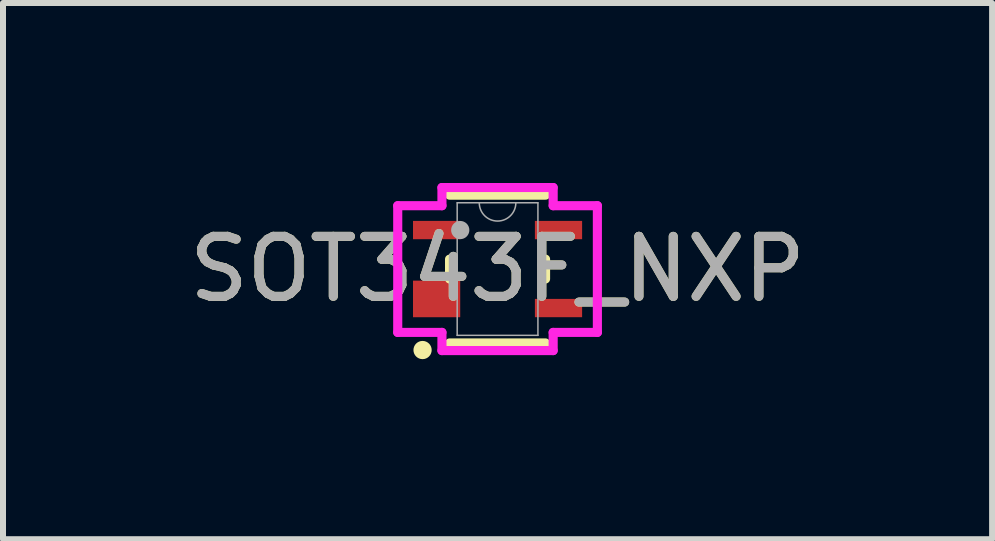
<source format=kicad_pcb>
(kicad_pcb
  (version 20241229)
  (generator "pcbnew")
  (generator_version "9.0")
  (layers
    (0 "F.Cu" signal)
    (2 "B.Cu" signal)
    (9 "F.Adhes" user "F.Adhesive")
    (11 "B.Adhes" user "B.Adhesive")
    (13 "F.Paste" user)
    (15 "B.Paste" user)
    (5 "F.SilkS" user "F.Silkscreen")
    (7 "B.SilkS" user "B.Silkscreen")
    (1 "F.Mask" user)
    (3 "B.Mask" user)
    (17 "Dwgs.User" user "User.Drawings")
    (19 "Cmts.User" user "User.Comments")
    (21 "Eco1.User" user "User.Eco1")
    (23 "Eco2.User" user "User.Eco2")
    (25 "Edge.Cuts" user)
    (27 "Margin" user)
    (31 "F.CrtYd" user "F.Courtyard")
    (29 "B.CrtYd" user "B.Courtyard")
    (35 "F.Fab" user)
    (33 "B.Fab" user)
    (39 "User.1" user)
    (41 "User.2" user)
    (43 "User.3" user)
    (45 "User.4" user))
  (footprint "SOT343F_NXP"
    (layer "F.Cu")
    (at 5.244 1.435)
    (property "Reference" "SOT343F_NXP" (at 0 0 0) (unlocked yes) (layer "F.SilkS") (effects (font (size 1 1) (thickness 0.15))))
    (attr smd)
    (fp_line (start -0.8 -0.165) (end -0.8 0.165) (stroke (width 0.152) (type solid)) (layer "F.SilkS"))
    (fp_line (start -0.8 1.232) (end 0.8 1.232) (stroke (width 0.152) (type solid)) (layer "F.SilkS"))
    (fp_line (start 0.8 -1.232) (end -0.8 -1.232) (stroke (width 0.152) (type solid)) (layer "F.SilkS"))
    (fp_line (start 0.8 0.165) (end 0.8 -0.165) (stroke (width 0.152) (type solid)) (layer "F.SilkS"))
    (fp_circle (center -1.25 1.35) (end -1.174 1.35) (stroke (width 0.152) (type solid)) (fill no) (layer "F.SilkS"))
    (fp_line (start -1.664 -1.056) (end -0.927 -1.056) (stroke (width 0.152) (type solid)) (layer "F.CrtYd"))
    (fp_line (start -1.664 1.056) (end -1.664 -1.056) (stroke (width 0.152) (type solid)) (layer "F.CrtYd"))
    (fp_line (start -1.664 1.056) (end -0.927 1.056) (stroke (width 0.152) (type solid)) (layer "F.CrtYd"))
    (fp_line (start -0.927 -1.359) (end 0.927 -1.359) (stroke (width 0.152) (type solid)) (layer "F.CrtYd"))
    (fp_line (start -0.927 -1.056) (end -0.927 -1.359) (stroke (width 0.152) (type solid)) (layer "F.CrtYd"))
    (fp_line (start -0.927 1.359) (end -0.927 1.056) (stroke (width 0.152) (type solid)) (layer "F.CrtYd"))
    (fp_line (start 0.927 -1.359) (end 0.927 -1.056) (stroke (width 0.152) (type solid)) (layer "F.CrtYd"))
    (fp_line (start 0.927 1.056) (end 0.927 1.359) (stroke (width 0.152) (type solid)) (layer "F.CrtYd"))
    (fp_line (start 0.927 1.359) (end -0.927 1.359) (stroke (width 0.152) (type solid)) (layer "F.CrtYd"))
    (fp_line (start 1.664 -1.056) (end 0.927 -1.056) (stroke (width 0.152) (type solid)) (layer "F.CrtYd"))
    (fp_line (start 1.664 -1.056) (end 1.664 1.056) (stroke (width 0.152) (type solid)) (layer "F.CrtYd"))
    (fp_line (start 1.664 1.056) (end 0.927 1.056) (stroke (width 0.152) (type solid)) (layer "F.CrtYd"))
    (fp_line (start -0.673 -1.105) (end -0.673 1.105) (stroke (width 0.025) (type solid)) (layer "F.Fab"))
    (fp_line (start -0.673 1.105) (end 0.673 1.105) (stroke (width 0.025) (type solid)) (layer "F.Fab"))
    (fp_line (start 0.673 -1.105) (end -0.673 -1.105) (stroke (width 0.025) (type solid)) (layer "F.Fab"))
    (fp_line (start 0.673 1.105) (end 0.673 -1.105) (stroke (width 0.025) (type solid)) (layer "F.Fab"))
    (fp_arc (start 0.3048 -1.1049) (mid 0 -0.8001) (end -0.3048 -1.1049) (stroke (width 0.0254) (type solid)) (layer "F.Fab"))
    (fp_circle (center -0.622 -0.65) (end -0.622 -0.65) (stroke (width 0.152) (type solid)) (fill no) (layer "F.Fab"))
    (fp_text user "${REFERENCE}" (at 0 0 0) (unlocked yes) (layer "F.Fab") (effects (font (size 1 1) (thickness 0.15))))
    (pad "1" smd rect (at -1.016 0.498) (size 0.787 0.61) (layers "F.Cu" "F.Mask" "F.Paste"))
    (pad "2" smd rect (at -1.016 -0.65) (size 0.787 0.305) (layers "F.Cu" "F.Mask" "F.Paste"))
    (pad "3" smd rect (at 1.016 -0.65) (size 0.787 0.305) (layers "F.Cu" "F.Mask" "F.Paste"))
    (pad "4" smd rect (at 1.016 0.65) (size 0.787 0.305) (layers "F.Cu" "F.Mask" "F.Paste")))
  (gr_rect
    (start -3 -3)
    (end 13.488 5.938)
    (stroke (width 0.1) (type default))
    (fill no)
    (layer "Edge.Cuts")))
</source>
